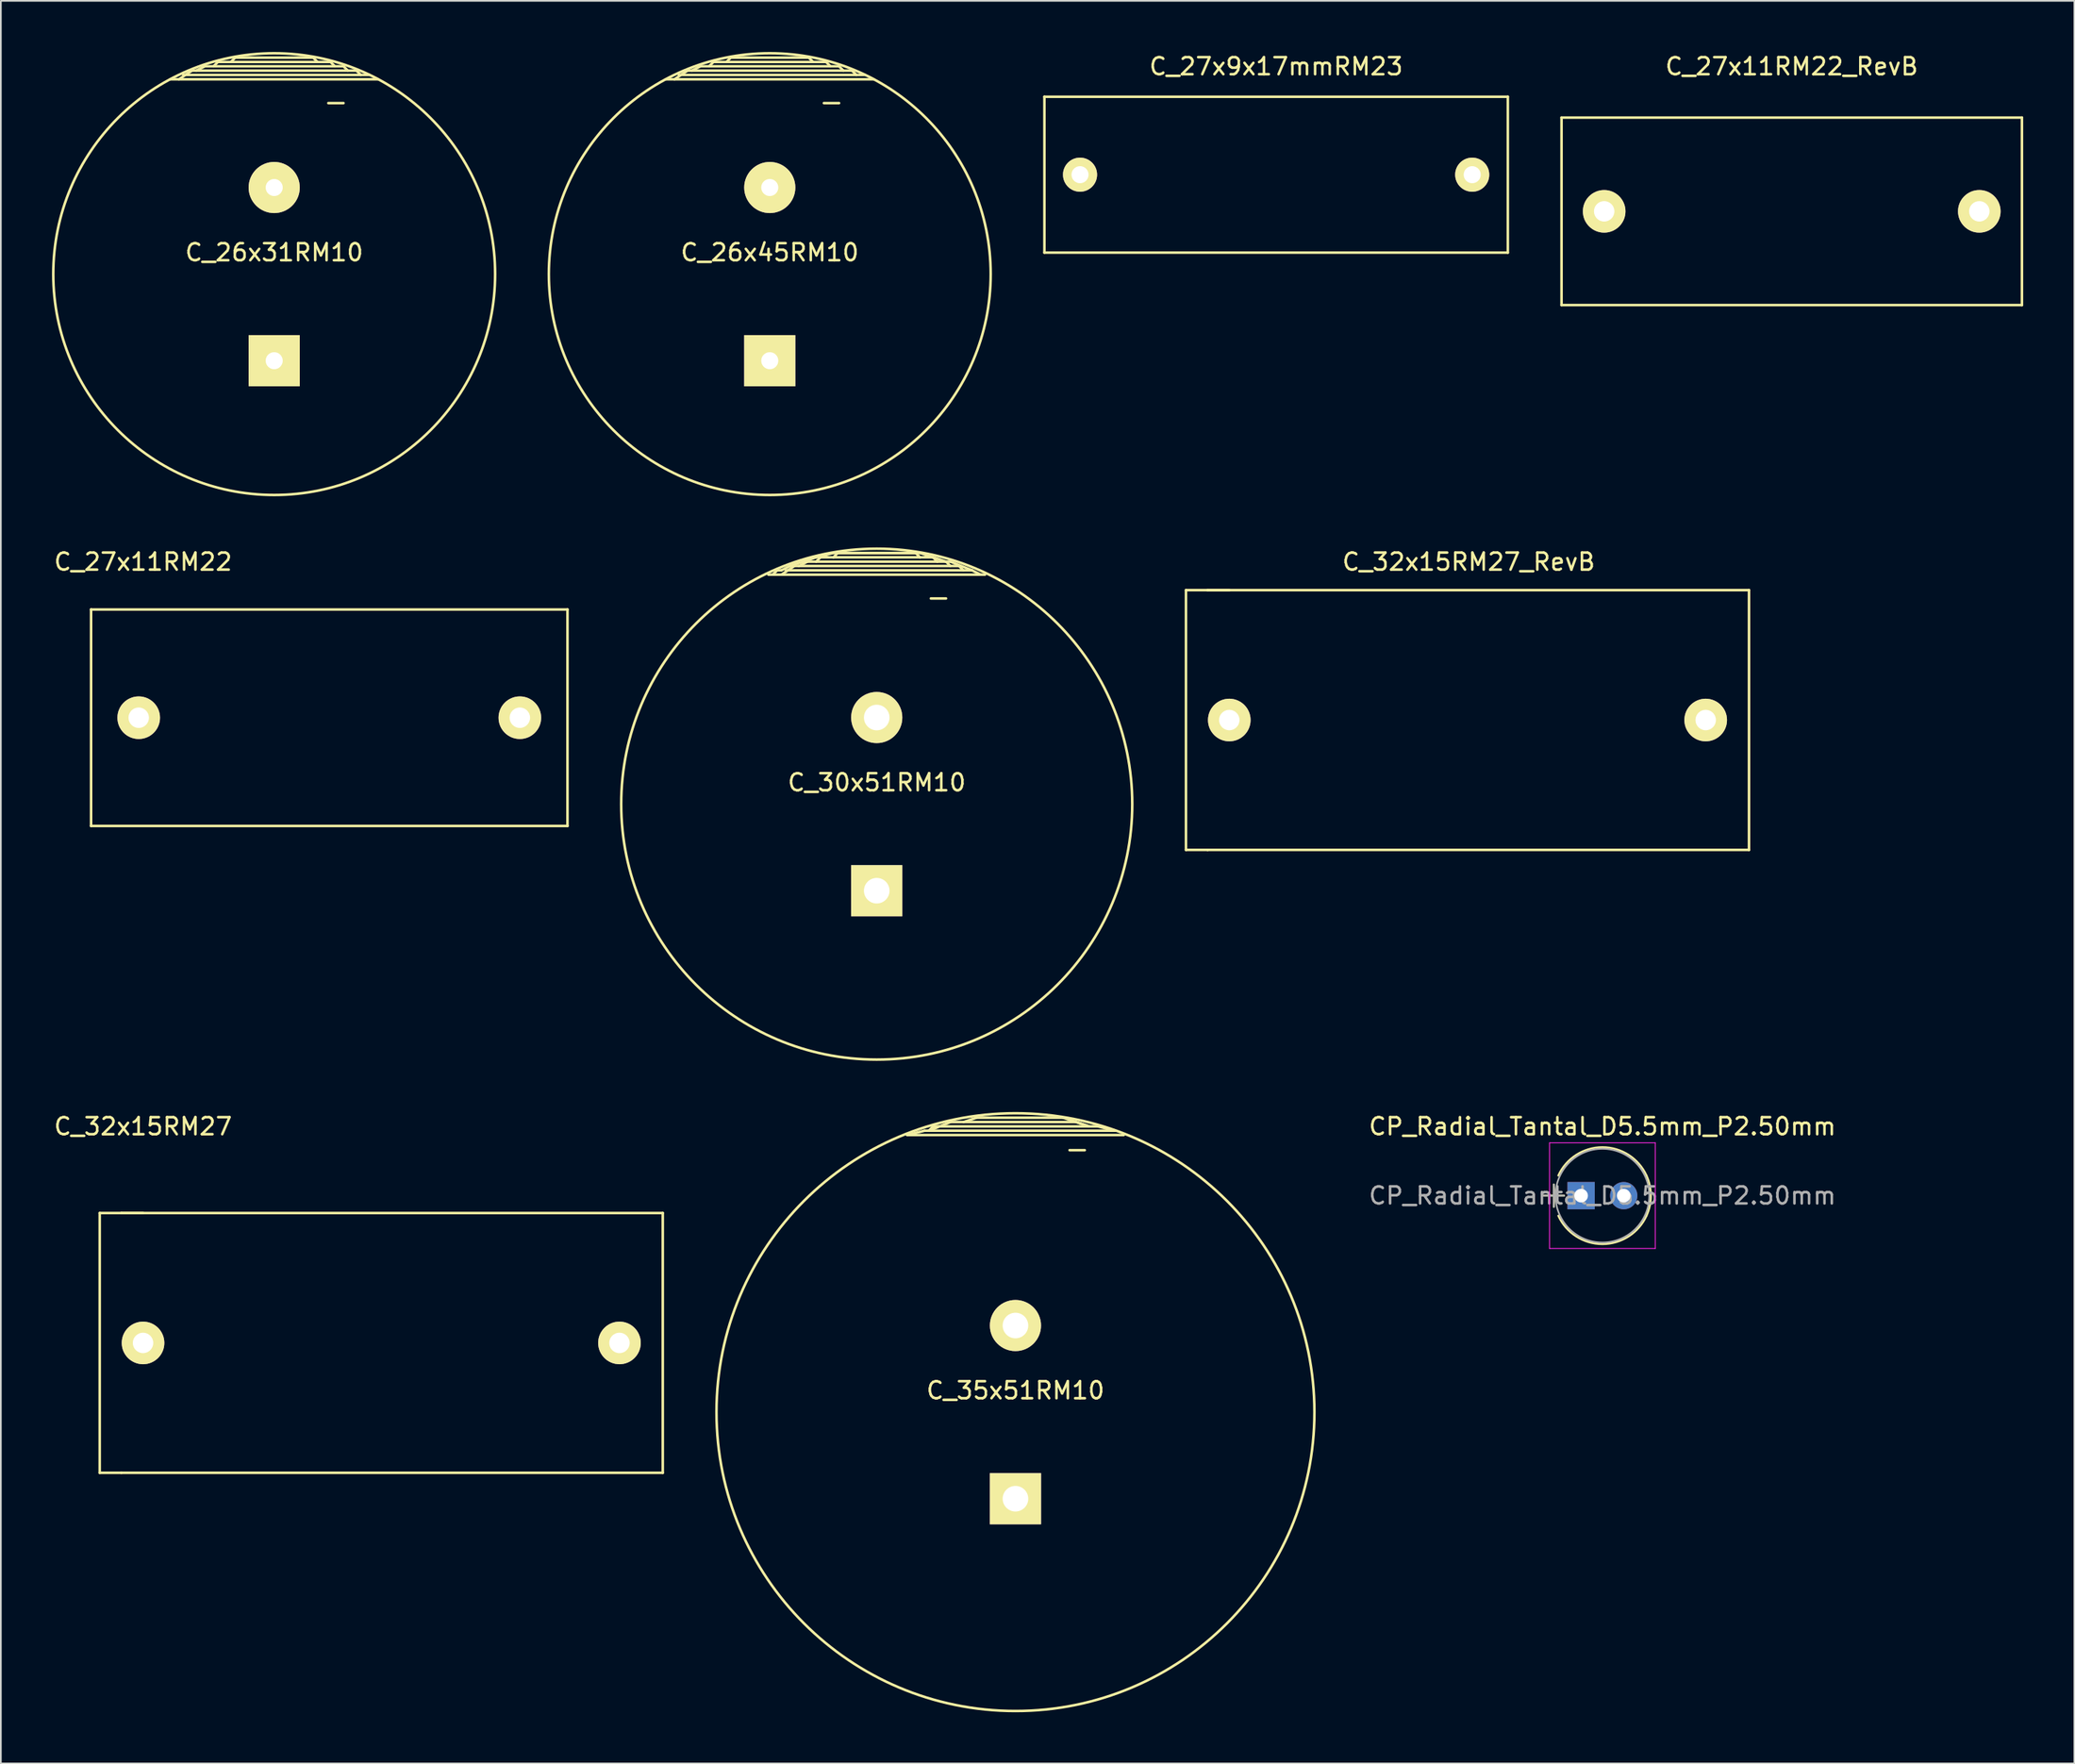
<source format=kicad_pcb>
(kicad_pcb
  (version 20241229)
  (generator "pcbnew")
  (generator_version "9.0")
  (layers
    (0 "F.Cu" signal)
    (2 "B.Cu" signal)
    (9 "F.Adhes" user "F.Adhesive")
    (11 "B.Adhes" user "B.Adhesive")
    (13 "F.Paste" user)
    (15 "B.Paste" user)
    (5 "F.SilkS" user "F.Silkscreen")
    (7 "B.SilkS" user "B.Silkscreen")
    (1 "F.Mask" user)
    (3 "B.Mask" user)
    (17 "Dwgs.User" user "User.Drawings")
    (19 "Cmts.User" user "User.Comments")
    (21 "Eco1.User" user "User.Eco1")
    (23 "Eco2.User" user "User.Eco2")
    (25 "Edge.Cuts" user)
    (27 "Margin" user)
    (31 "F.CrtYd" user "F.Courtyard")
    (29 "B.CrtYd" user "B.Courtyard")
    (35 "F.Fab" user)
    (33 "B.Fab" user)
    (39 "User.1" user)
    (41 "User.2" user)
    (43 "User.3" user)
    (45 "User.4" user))
  (footprint "C_32x15RM27_RevB"
    (layer "F.Cu")
    (at 83.043 39.191)
    (property "Reference" "C_32x15RM27_RevB" (at 0.04 -9.28 0) (layer "F.SilkS") (effects (font (size 1 1) (thickness 0.15))))
    (attr through_hole)
    (fp_line (start -16.54 -7.62) (end -16.54 7.62) (stroke (width 0.15) (type solid)) (layer "F.SilkS"))
    (fp_line (start -16.54 7.62) (end -15.27 7.62) (stroke (width 0.15) (type solid)) (layer "F.SilkS"))
    (fp_line (start -15.27 -7.62) (end -16.54 -7.62) (stroke (width 0.15) (type solid)) (layer "F.SilkS"))
    (fp_line (start -15.27 7.62) (end 16.48 7.62) (stroke (width 0.15) (type solid)) (layer "F.SilkS"))
    (fp_line (start -14 -7.62) (end -15.27 -7.62) (stroke (width 0.15) (type solid)) (layer "F.SilkS"))
    (fp_line (start 16.48 -7.62) (end -15.27 -7.62) (stroke (width 0.15) (type solid)) (layer "F.SilkS"))
    (fp_line (start 16.48 7.62) (end 16.48 -7.62) (stroke (width 0.15) (type solid)) (layer "F.SilkS"))
    (pad "1" thru_hole circle (at 13.94 0) (size 2.499 2.499) (drill 1.199) (layers "*.Cu" "*.Mask" "F.SilkS"))
    (pad "2" thru_hole circle (at -14 0) (size 2.499 2.499) (drill 1.199) (layers "*.Cu" "*.Mask" "F.SilkS")))
  (footprint "C_26x31RM10"
    (layer "F.Cu")
    (at 13.031 13.031)
    (property "Reference" "C_26x31RM10" (at 0 -1.27 0) (layer "F.SilkS") (effects (font (size 1 1) (thickness 0.15))))
    (attr through_hole)
    (fp_line (start -5.334 -11.684) (end 5.588 -11.684) (stroke (width 0.15) (type solid)) (layer "F.SilkS"))
    (fp_line (start -4.826 -11.938) (end -5.588 -11.43) (stroke (width 0.15) (type solid)) (layer "F.SilkS"))
    (fp_line (start -4.572 -11.938) (end -4.064 -12.192) (stroke (width 0.15) (type solid)) (layer "F.SilkS"))
    (fp_line (start -4.064 -12.192) (end 4.064 -12.192) (stroke (width 0.15) (type solid)) (layer "F.SilkS"))
    (fp_line (start -3.302 -12.446) (end -3.556 -12.192) (stroke (width 0.15) (type solid)) (layer "F.SilkS"))
    (fp_line (start -2.54 -12.446) (end -2.286 -12.7) (stroke (width 0.15) (type solid)) (layer "F.SilkS"))
    (fp_line (start -2.286 -12.7) (end 2.286 -12.7) (stroke (width 0.15) (type solid)) (layer "F.SilkS"))
    (fp_line (start 2.286 -12.7) (end 2.54 -12.446) (stroke (width 0.15) (type solid)) (layer "F.SilkS"))
    (fp_line (start 3.175 -10.033) (end 4.064 -10.033) (stroke (width 0.15) (type solid)) (layer "F.SilkS"))
    (fp_line (start 3.302 -12.446) (end -3.302 -12.446) (stroke (width 0.15) (type solid)) (layer "F.SilkS"))
    (fp_line (start 3.556 -12.192) (end 3.302 -12.446) (stroke (width 0.15) (type solid)) (layer "F.SilkS"))
    (fp_line (start 4.064 -12.192) (end 4.318 -11.938) (stroke (width 0.15) (type solid)) (layer "F.SilkS"))
    (fp_line (start 4.826 -11.938) (end -4.826 -11.938) (stroke (width 0.15) (type solid)) (layer "F.SilkS"))
    (fp_line (start 5.08 -11.684) (end 4.826 -11.938) (stroke (width 0.15) (type solid)) (layer "F.SilkS"))
    (fp_line (start 6.096 -11.43) (end -6.096 -11.43) (stroke (width 0.15) (type solid)) (layer "F.SilkS"))
    (fp_circle (center 0 0) (end -12.954 -0.254) (stroke (width 0.15) (type solid)) (fill no) (layer "F.SilkS"))
    (pad "1" thru_hole rect (at 0 5.08) (size 3 3) (drill 1.001) (layers "*.Cu" "*.Mask" "F.SilkS"))
    (pad "2" thru_hole circle (at 0 -5.08) (size 3 3) (drill 1.001) (layers "*.Cu" "*.Mask" "F.SilkS")))
  (footprint "C_27x9x17mmRM23"
    (layer "F.Cu")
    (at 71.79 7.198)
    (property "Reference" "C_27x9x17mmRM23" (at 0 -6.35 0) (layer "F.SilkS") (effects (font (size 1 1) (thickness 0.15))))
    (attr through_hole)
    (fp_line (start -13.589 -4.572) (end -13.589 4.572) (stroke (width 0.15) (type solid)) (layer "F.SilkS"))
    (fp_line (start -13.589 4.572) (end 13.589 4.572) (stroke (width 0.15) (type solid)) (layer "F.SilkS"))
    (fp_line (start 13.589 -4.572) (end -13.589 -4.572) (stroke (width 0.15) (type solid)) (layer "F.SilkS"))
    (fp_line (start 13.589 4.572) (end 13.589 -4.572) (stroke (width 0.15) (type solid)) (layer "F.SilkS"))
    (pad "1" thru_hole circle (at -11.5 0) (size 2 2) (drill 1) (layers "*.Cu" "*.Mask" "F.SilkS"))
    (pad "2" thru_hole circle (at 11.5 0) (size 2 2) (drill 1) (layers "*.Cu" "*.Mask" "F.SilkS")))
  (footprint "C_27x11RM22_RevB"
    (layer "F.Cu")
    (at 102.029 9.348)
    (property "Reference" "C_27x11RM22_RevB" (at 0 -8.5 0) (layer "F.SilkS") (effects (font (size 1 1) (thickness 0.15))))
    (attr through_hole)
    (fp_line (start -13.5 -5.5) (end 13.5 -5.5) (stroke (width 0.15) (type solid)) (layer "F.SilkS"))
    (fp_line (start -13.5 5.5) (end -13.5 -5.5) (stroke (width 0.15) (type solid)) (layer "F.SilkS"))
    (fp_line (start 13.5 -5.5) (end 13.5 5.5) (stroke (width 0.15) (type solid)) (layer "F.SilkS"))
    (fp_line (start 13.5 5.5) (end -13.5 5.5) (stroke (width 0.15) (type solid)) (layer "F.SilkS"))
    (pad "1" thru_hole circle (at -11 0) (size 2.499 2.499) (drill 1.199) (layers "*.Cu" "*.Mask" "F.SilkS"))
    (pad "2" thru_hole circle (at 11 0) (size 2.499 2.499) (drill 1.199) (layers "*.Cu" "*.Mask" "F.SilkS")))
  (footprint "C_35x51RM10"
    (layer "F.Cu")
    (at 56.503 79.793)
    (property "Reference" "C_35x51RM10" (at 0 -1.27 0) (layer "F.SilkS") (effects (font (size 1 1) (thickness 0.15))))
    (attr through_hole)
    (fp_line (start -6.35 -16.256) (end -5.334 -16.51) (stroke (width 0.15) (type solid)) (layer "F.SilkS"))
    (fp_line (start -5.334 -16.51) (end 5.842 -16.51) (stroke (width 0.15) (type solid)) (layer "F.SilkS"))
    (fp_line (start -5.08 -16.51) (end -3.81 -17.018) (stroke (width 0.15) (type solid)) (layer "F.SilkS"))
    (fp_line (start -4.826 -16.764) (end -5.08 -16.51) (stroke (width 0.15) (type solid)) (layer "F.SilkS"))
    (fp_line (start -3.81 -17.018) (end 3.556 -17.018) (stroke (width 0.15) (type solid)) (layer "F.SilkS"))
    (fp_line (start -2.286 -17.272) (end -3.048 -17.018) (stroke (width 0.15) (type solid)) (layer "F.SilkS"))
    (fp_line (start 2.794 -17.272) (end -2.286 -17.272) (stroke (width 0.15) (type solid)) (layer "F.SilkS"))
    (fp_line (start 3.175 -15.367) (end 4.064 -15.367) (stroke (width 0.15) (type solid)) (layer "F.SilkS"))
    (fp_line (start 3.556 -17.018) (end 4.318 -16.764) (stroke (width 0.15) (type solid)) (layer "F.SilkS"))
    (fp_line (start 4.318 -16.764) (end 2.794 -17.272) (stroke (width 0.15) (type solid)) (layer "F.SilkS"))
    (fp_line (start 4.826 -16.764) (end -4.826 -16.764) (stroke (width 0.15) (type solid)) (layer "F.SilkS"))
    (fp_line (start 5.842 -16.51) (end 4.826 -16.764) (stroke (width 0.15) (type solid)) (layer "F.SilkS"))
    (fp_line (start 6.35 -16.256) (end -6.35 -16.256) (stroke (width 0.15) (type solid)) (layer "F.SilkS"))
    (fp_circle (center 0 0) (end 17.526 0.508) (stroke (width 0.15) (type solid)) (fill no) (layer "F.SilkS"))
    (pad "1" thru_hole rect (at 0 5.08) (size 3 3) (drill 1.501) (layers "*.Cu" "*.Mask" "F.SilkS"))
    (pad "2" thru_hole circle (at 0 -5.08) (size 3 3) (drill 1.501) (layers "*.Cu" "*.Mask" "F.SilkS")))
  (footprint "C_26x45RM10"
    (layer "F.Cu")
    (at 42.094 13.031)
    (property "Reference" "C_26x45RM10" (at 0 -1.27 0) (layer "F.SilkS") (effects (font (size 1 1) (thickness 0.15))))
    (attr through_hole)
    (fp_line (start -5.334 -11.684) (end 5.588 -11.684) (stroke (width 0.15) (type solid)) (layer "F.SilkS"))
    (fp_line (start -4.826 -11.938) (end -5.588 -11.43) (stroke (width 0.15) (type solid)) (layer "F.SilkS"))
    (fp_line (start -4.572 -11.938) (end -4.064 -12.192) (stroke (width 0.15) (type solid)) (layer "F.SilkS"))
    (fp_line (start -4.064 -12.192) (end 4.064 -12.192) (stroke (width 0.15) (type solid)) (layer "F.SilkS"))
    (fp_line (start -3.302 -12.446) (end -3.556 -12.192) (stroke (width 0.15) (type solid)) (layer "F.SilkS"))
    (fp_line (start -2.54 -12.446) (end -2.286 -12.7) (stroke (width 0.15) (type solid)) (layer "F.SilkS"))
    (fp_line (start -2.286 -12.7) (end 2.286 -12.7) (stroke (width 0.15) (type solid)) (layer "F.SilkS"))
    (fp_line (start 2.286 -12.7) (end 2.54 -12.446) (stroke (width 0.15) (type solid)) (layer "F.SilkS"))
    (fp_line (start 3.175 -10.033) (end 4.064 -10.033) (stroke (width 0.15) (type solid)) (layer "F.SilkS"))
    (fp_line (start 3.302 -12.446) (end -3.302 -12.446) (stroke (width 0.15) (type solid)) (layer "F.SilkS"))
    (fp_line (start 3.556 -12.192) (end 3.302 -12.446) (stroke (width 0.15) (type solid)) (layer "F.SilkS"))
    (fp_line (start 4.064 -12.192) (end 4.318 -11.938) (stroke (width 0.15) (type solid)) (layer "F.SilkS"))
    (fp_line (start 4.826 -11.938) (end -4.826 -11.938) (stroke (width 0.15) (type solid)) (layer "F.SilkS"))
    (fp_line (start 5.08 -11.684) (end 4.826 -11.938) (stroke (width 0.15) (type solid)) (layer "F.SilkS"))
    (fp_line (start 6.096 -11.43) (end -6.096 -11.43) (stroke (width 0.15) (type solid)) (layer "F.SilkS"))
    (fp_circle (center 0 0) (end -12.954 -0.254) (stroke (width 0.15) (type solid)) (fill no) (layer "F.SilkS"))
    (pad "1" thru_hole rect (at 0 5.08) (size 3 3) (drill 1.001) (layers "*.Cu" "*.Mask" "F.SilkS"))
    (pad "2" thru_hole circle (at 0 -5.08) (size 3 3) (drill 1.001) (layers "*.Cu" "*.Mask" "F.SilkS")))
  (footprint "C_27x11RM22"
    (layer "F.Cu")
    (at 5.085 39.055)
    (property "Reference" "C_27x11RM22" (at 0.254 -9.144 0) (layer "F.SilkS") (effects (font (size 1 1) (thickness 0.15))))
    (attr through_hole)
    (fp_line (start -2.794 -6.35) (end -2.794 6.35) (stroke (width 0.15) (type solid)) (layer "F.SilkS"))
    (fp_line (start -2.794 6.35) (end 25.146 6.35) (stroke (width 0.15) (type solid)) (layer "F.SilkS"))
    (fp_line (start 25.146 -6.35) (end -2.794 -6.35) (stroke (width 0.15) (type solid)) (layer "F.SilkS"))
    (fp_line (start 25.146 6.35) (end 25.146 -6.35) (stroke (width 0.15) (type solid)) (layer "F.SilkS"))
    (pad "1" thru_hole circle (at 0 0) (size 2.499 2.499) (drill 1.199) (layers "*.Cu" "*.Mask" "F.SilkS"))
    (pad "2" thru_hole circle (at 22.352 0) (size 2.499 2.499) (drill 1.199) (layers "*.Cu" "*.Mask" "F.SilkS")))
  (footprint "C_32x15RM27"
    (layer "F.Cu")
    (at 5.339 75.733)
    (property "Reference" "C_32x15RM27" (at 0 -12.7 0) (layer "F.SilkS") (effects (font (size 1 1) (thickness 0.15))))
    (attr through_hole)
    (fp_line (start -2.54 -7.62) (end -2.54 7.62) (stroke (width 0.15) (type solid)) (layer "F.SilkS"))
    (fp_line (start -2.54 7.62) (end -1.27 7.62) (stroke (width 0.15) (type solid)) (layer "F.SilkS"))
    (fp_line (start -1.27 -7.62) (end -2.54 -7.62) (stroke (width 0.15) (type solid)) (layer "F.SilkS"))
    (fp_line (start -1.27 7.62) (end 30.48 7.62) (stroke (width 0.15) (type solid)) (layer "F.SilkS"))
    (fp_line (start 0 -7.62) (end -1.27 -7.62) (stroke (width 0.15) (type solid)) (layer "F.SilkS"))
    (fp_line (start 30.48 -7.62) (end -1.27 -7.62) (stroke (width 0.15) (type solid)) (layer "F.SilkS"))
    (fp_line (start 30.48 7.62) (end 30.48 -7.62) (stroke (width 0.15) (type solid)) (layer "F.SilkS"))
    (pad "1" thru_hole circle (at 27.94 0) (size 2.499 2.499) (drill 1.199) (layers "*.Cu" "*.Mask" "F.SilkS"))
    (pad "2" thru_hole circle (at 0 0) (size 2.499 2.499) (drill 1.199) (layers "*.Cu" "*.Mask" "F.SilkS")))
  (footprint "CP_Radial_Tantal_D5.5mm_P2.50mm"
    (layer "F.Cu")
    (at 89.676 67.093)
    (property "Reference" "CP_Radial_Tantal_D5.5mm_P2.50mm" (at 1.25 -4.06 0) (layer "F.SilkS") (effects (font (size 1 1) (thickness 0.15))))
    (attr through_hole)
    (fp_line (start -2.2 0) (end -1 0) (stroke (width 0.12) (type solid)) (layer "F.SilkS"))
    (fp_line (start -1.6 -0.65) (end -1.6 0.65) (stroke (width 0.12) (type solid)) (layer "F.SilkS"))
    (fp_arc (start -1.333254 -1.18) (mid 1.250018 -2.84) (end 3.833269 -1.179967) (stroke (width 0.12) (type solid)) (layer "F.SilkS"))
    (fp_arc (start 3.833254 -1.18) (mid 4.09 -0.000018) (end 3.833269 1.179967) (stroke (width 0.12) (type solid)) (layer "F.SilkS"))
    (fp_arc (start 3.833269 1.179967) (mid 1.250018 2.84) (end -1.333254 1.18) (stroke (width 0.12) (type solid)) (layer "F.SilkS"))
    (fp_line (start -1.85 -3.1) (end -1.85 3.1) (stroke (width 0.05) (type solid)) (layer "F.CrtYd"))
    (fp_line (start -1.85 3.1) (end 4.35 3.1) (stroke (width 0.05) (type solid)) (layer "F.CrtYd"))
    (fp_line (start 4.35 -3.1) (end -1.85 -3.1) (stroke (width 0.05) (type solid)) (layer "F.CrtYd"))
    (fp_line (start 4.35 3.1) (end 4.35 -3.1) (stroke (width 0.05) (type solid)) (layer "F.CrtYd"))
    (fp_line (start -2.2 0) (end -1 0) (stroke (width 0.1) (type solid)) (layer "F.Fab"))
    (fp_line (start -1.6 -0.65) (end -1.6 0.65) (stroke (width 0.1) (type solid)) (layer "F.Fab"))
    (fp_circle (center 1.25 0) (end 4 0) (stroke (width 0.1) (type solid)) (fill no) (layer "F.Fab"))
    (fp_text user "${REFERENCE}" (at 1.25 0 0) (layer "F.Fab") (effects (font (size 1 1) (thickness 0.15))))
    (pad "1" thru_hole rect (at 0 0) (size 1.6 1.6) (drill 0.8) (layers "*.Cu" "*.Mask"))
    (pad "2" thru_hole circle (at 2.5 0) (size 1.6 1.6) (drill 0.8) (layers "*.Cu" "*.Mask")))
  (footprint "C_30x51RM10"
    (layer "F.Cu")
    (at 48.367 44.124)
    (property "Reference" "C_30x51RM10" (at 0 -1.27 0) (layer "F.SilkS") (effects (font (size 1 1) (thickness 0.15))))
    (attr through_hole)
    (fp_line (start -6.35 -13.462) (end -6.096 -13.462) (stroke (width 0.15) (type solid)) (layer "F.SilkS"))
    (fp_line (start -6.096 -13.462) (end -5.842 -13.716) (stroke (width 0.15) (type solid)) (layer "F.SilkS"))
    (fp_line (start -5.842 -13.716) (end -5.588 -13.716) (stroke (width 0.15) (type solid)) (layer "F.SilkS"))
    (fp_line (start -5.588 -13.716) (end -5.08 -13.97) (stroke (width 0.15) (type solid)) (layer "F.SilkS"))
    (fp_line (start -5.334 -13.716) (end 5.588 -13.716) (stroke (width 0.15) (type solid)) (layer "F.SilkS"))
    (fp_line (start -5.08 -13.97) (end -3.556 -14.478) (stroke (width 0.15) (type solid)) (layer "F.SilkS"))
    (fp_line (start -4.826 -13.97) (end -5.588 -13.462) (stroke (width 0.15) (type solid)) (layer "F.SilkS"))
    (fp_line (start -4.572 -13.97) (end -4.064 -14.224) (stroke (width 0.15) (type solid)) (layer "F.SilkS"))
    (fp_line (start -4.064 -14.224) (end 4.064 -14.224) (stroke (width 0.15) (type solid)) (layer "F.SilkS"))
    (fp_line (start -3.556 -14.478) (end -2.54 -14.732) (stroke (width 0.15) (type solid)) (layer "F.SilkS"))
    (fp_line (start -3.302 -14.478) (end -3.556 -14.224) (stroke (width 0.15) (type solid)) (layer "F.SilkS"))
    (fp_line (start -2.54 -14.732) (end 2.54 -14.732) (stroke (width 0.15) (type solid)) (layer "F.SilkS"))
    (fp_line (start -2.54 -14.478) (end -2.286 -14.732) (stroke (width 0.15) (type solid)) (layer "F.SilkS"))
    (fp_line (start -2.286 -14.732) (end 2.286 -14.732) (stroke (width 0.15) (type solid)) (layer "F.SilkS"))
    (fp_line (start 2.286 -14.732) (end 2.54 -14.478) (stroke (width 0.15) (type solid)) (layer "F.SilkS"))
    (fp_line (start 2.54 -14.732) (end 4.064 -14.224) (stroke (width 0.15) (type solid)) (layer "F.SilkS"))
    (fp_line (start 3.175 -12.065) (end 4.064 -12.065) (stroke (width 0.15) (type solid)) (layer "F.SilkS"))
    (fp_line (start 3.302 -14.478) (end -3.302 -14.478) (stroke (width 0.15) (type solid)) (layer "F.SilkS"))
    (fp_line (start 3.556 -14.224) (end 3.302 -14.478) (stroke (width 0.15) (type solid)) (layer "F.SilkS"))
    (fp_line (start 4.064 -14.224) (end 4.318 -14.224) (stroke (width 0.15) (type solid)) (layer "F.SilkS"))
    (fp_line (start 4.064 -14.224) (end 4.318 -13.97) (stroke (width 0.15) (type solid)) (layer "F.SilkS"))
    (fp_line (start 4.318 -14.224) (end 5.588 -13.716) (stroke (width 0.15) (type solid)) (layer "F.SilkS"))
    (fp_line (start 4.826 -13.97) (end -4.826 -13.97) (stroke (width 0.15) (type solid)) (layer "F.SilkS"))
    (fp_line (start 5.08 -13.716) (end 4.826 -13.97) (stroke (width 0.15) (type solid)) (layer "F.SilkS"))
    (fp_line (start 5.588 -13.716) (end 6.096 -13.462) (stroke (width 0.15) (type solid)) (layer "F.SilkS"))
    (fp_line (start 6.096 -13.462) (end -6.096 -13.462) (stroke (width 0.15) (type solid)) (layer "F.SilkS"))
    (fp_line (start 6.096 -13.462) (end 6.35 -13.462) (stroke (width 0.15) (type solid)) (layer "F.SilkS"))
    (fp_circle (center 0 0) (end 14.986 0) (stroke (width 0.15) (type solid)) (fill no) (layer "F.SilkS"))
    (pad "1" thru_hole rect (at 0 5.08) (size 3 3) (drill 1.501) (layers "*.Cu" "*.Mask" "F.SilkS"))
    (pad "2" thru_hole circle (at 0 -5.08) (size 3 3) (drill 1.501) (layers "*.Cu" "*.Mask" "F.SilkS")))
  (gr_rect
    (start -3 -3)
    (end 118.604 100.402)
    (stroke (width 0.1) (type default))
    (fill no)
    (layer "Edge.Cuts")))
</source>
